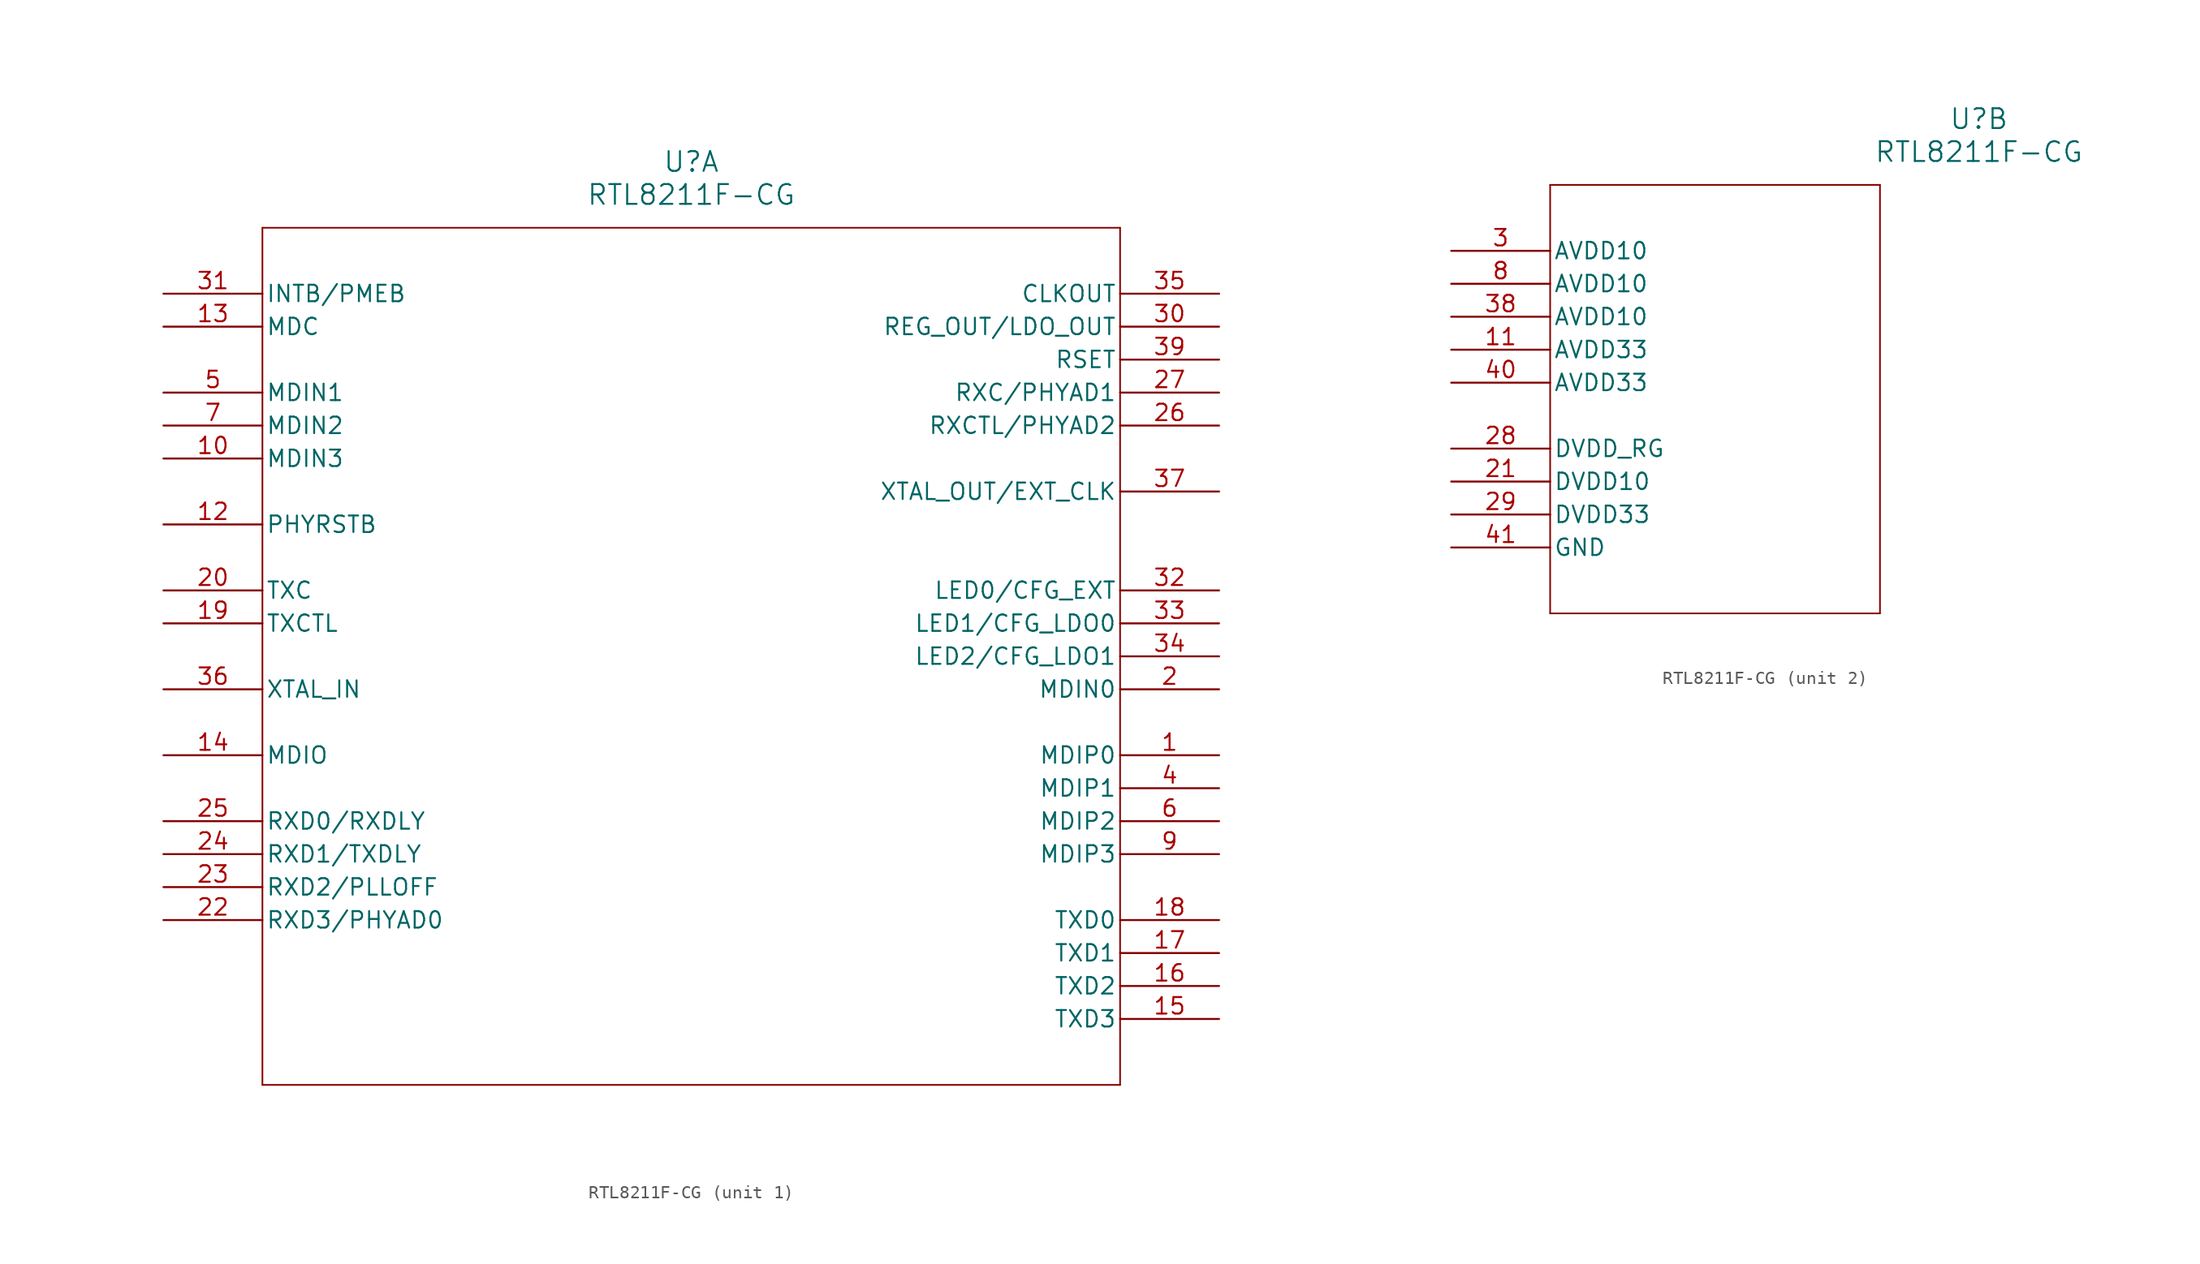
<source format=kicad_sym>
(kicad_symbol_lib
  (version 20211014)
  (generator kicad_symbol_editor)
  (symbol "RTL8211F-CG"
    (pin_names
      (offset 0.254))
    (property "Reference" "U"
      (at 40.64 10.16 0)
      (effects (font (size 1.524 1.524))))
    (property "Value" "RTL8211F-CG"
      (at 40.64 7.62 0)
      (effects (font (size 1.524 1.524))))
    (symbol "RTL8211F-CG_1_1"
      (polyline (pts (xy 7.62 5.08) (xy 7.62 -60.96)) (stroke (width 0.127) (type default) (color 0 0 0 0)) (fill (type none)))
      (polyline (pts (xy 7.62 -60.96) (xy 73.66 -60.96)) (stroke (width 0.127) (type default) (color 0 0 0 0)) (fill (type none)))
      (polyline (pts (xy 73.66 -60.96) (xy 73.66 5.08)) (stroke (width 0.127) (type default) (color 0 0 0 0)) (fill (type none)))
      (polyline (pts (xy 73.66 5.08) (xy 7.62 5.08)) (stroke (width 0.127) (type default) (color 0 0 0 0)) (fill (type none)))
      (pin bidirectional line (at 81.28 -35.56 180) (length 7.62) (name "MDIP0" (effects (font (size 1.27 1.27)))) (number "1" (effects (font (size 1.27 1.27)))))
      (pin bidirectional line (at 81.28 -30.48 180) (length 7.62) (name "MDIN0" (effects (font (size 1.27 1.27)))) (number "2" (effects (font (size 1.27 1.27)))))
      (pin bidirectional line (at 81.28 -38.1 180) (length 7.62) (name "MDIP1" (effects (font (size 1.27 1.27)))) (number "4" (effects (font (size 1.27 1.27)))))
      (pin bidirectional line (at 0 -7.62 0) (length 7.62) (name "MDIN1" (effects (font (size 1.27 1.27)))) (number "5" (effects (font (size 1.27 1.27)))))
      (pin bidirectional line (at 81.28 -40.64 180) (length 7.62) (name "MDIP2" (effects (font (size 1.27 1.27)))) (number "6" (effects (font (size 1.27 1.27)))))
      (pin bidirectional line (at 0 -10.16 0) (length 7.62) (name "MDIN2" (effects (font (size 1.27 1.27)))) (number "7" (effects (font (size 1.27 1.27)))))
      (pin bidirectional line (at 81.28 -43.18 180) (length 7.62) (name "MDIP3" (effects (font (size 1.27 1.27)))) (number "9" (effects (font (size 1.27 1.27)))))
      (pin bidirectional line (at 0 -12.7 0) (length 7.62) (name "MDIN3" (effects (font (size 1.27 1.27)))) (number "10" (effects (font (size 1.27 1.27)))))
      (pin input line (at 0 -17.78 0) (length 7.62) (name "PHYRSTB" (effects (font (size 1.27 1.27)))) (number "12" (effects (font (size 1.27 1.27)))))
      (pin input line (at 0 -2.54 0) (length 7.62) (name "MDC" (effects (font (size 1.27 1.27)))) (number "13" (effects (font (size 1.27 1.27)))))
      (pin bidirectional line (at 0 -35.56 0) (length 7.62) (name "MDIO" (effects (font (size 1.27 1.27)))) (number "14" (effects (font (size 1.27 1.27)))))
      (pin input line (at 81.28 -55.88 180) (length 7.62) (name "TXD3" (effects (font (size 1.27 1.27)))) (number "15" (effects (font (size 1.27 1.27)))))
      (pin input line (at 81.28 -53.34 180) (length 7.62) (name "TXD2" (effects (font (size 1.27 1.27)))) (number "16" (effects (font (size 1.27 1.27)))))
      (pin input line (at 81.28 -50.8 180) (length 7.62) (name "TXD1" (effects (font (size 1.27 1.27)))) (number "17" (effects (font (size 1.27 1.27)))))
      (pin input line (at 81.28 -48.26 180) (length 7.62) (name "TXD0" (effects (font (size 1.27 1.27)))) (number "18" (effects (font (size 1.27 1.27)))))
      (pin input line (at 0 -25.4 0) (length 7.62) (name "TXCTL" (effects (font (size 1.27 1.27)))) (number "19" (effects (font (size 1.27 1.27)))))
      (pin input line (at 0 -22.86 0) (length 7.62) (name "TXC" (effects (font (size 1.27 1.27)))) (number "20" (effects (font (size 1.27 1.27)))))
      (pin output line (at 0 -48.26 0) (length 7.62) (name "RXD3/PHYAD0" (effects (font (size 1.27 1.27)))) (number "22" (effects (font (size 1.27 1.27)))))
      (pin output line (at 0 -45.72 0) (length 7.62) (name "RXD2/PLLOFF" (effects (font (size 1.27 1.27)))) (number "23" (effects (font (size 1.27 1.27)))))
      (pin output line (at 0 -43.18 0) (length 7.62) (name "RXD1/TXDLY" (effects (font (size 1.27 1.27)))) (number "24" (effects (font (size 1.27 1.27)))))
      (pin output line (at 0 -40.64 0) (length 7.62) (name "RXD0/RXDLY" (effects (font (size 1.27 1.27)))) (number "25" (effects (font (size 1.27 1.27)))))
      (pin output line (at 81.28 -10.16 180) (length 7.62) (name "RXCTL/PHYAD2" (effects (font (size 1.27 1.27)))) (number "26" (effects (font (size 1.27 1.27)))))
      (pin output line (at 81.28 -7.62 180) (length 7.62) (name "RXC/PHYAD1" (effects (font (size 1.27 1.27)))) (number "27" (effects (font (size 1.27 1.27)))))
      (pin output line (at 81.28 -2.54 180) (length 7.62) (name "REG_OUT/LDO_OUT" (effects (font (size 1.27 1.27)))) (number "30" (effects (font (size 1.27 1.27)))))
      (pin output line (at 0 0 0) (length 7.62) (name "INTB/PMEB" (effects (font (size 1.27 1.27)))) (number "31" (effects (font (size 1.27 1.27)))))
      (pin output line (at 81.28 -22.86 180) (length 7.62) (name "LED0/CFG_EXT" (effects (font (size 1.27 1.27)))) (number "32" (effects (font (size 1.27 1.27)))))
      (pin output line (at 81.28 -25.4 180) (length 7.62) (name "LED1/CFG_LDO0" (effects (font (size 1.27 1.27)))) (number "33" (effects (font (size 1.27 1.27)))))
      (pin output line (at 81.28 -27.94 180) (length 7.62) (name "LED2/CFG_LDO1" (effects (font (size 1.27 1.27)))) (number "34" (effects (font (size 1.27 1.27)))))
      (pin output line (at 81.28 0 180) (length 7.62) (name "CLKOUT" (effects (font (size 1.27 1.27)))) (number "35" (effects (font (size 1.27 1.27)))))
      (pin input line (at 0 -30.48 0) (length 7.62) (name "XTAL_IN" (effects (font (size 1.27 1.27)))) (number "36" (effects (font (size 1.27 1.27)))))
      (pin output line (at 81.28 -15.24 180) (length 7.62) (name "XTAL_OUT/EXT_CLK" (effects (font (size 1.27 1.27)))) (number "37" (effects (font (size 1.27 1.27)))))
      (pin output line (at 81.28 -5.08 180) (length 7.62) (name "RSET" (effects (font (size 1.27 1.27)))) (number "39" (effects (font (size 1.27 1.27))))))
    (symbol "RTL8211F-CG_2_1"
      (polyline (pts (xy 7.62 5.08) (xy 7.62 -27.94)) (stroke (width 0.127) (type default) (color 0 0 0 0)) (fill (type none)))
      (polyline (pts (xy 7.62 -27.94) (xy 33.02 -27.94)) (stroke (width 0.127) (type default) (color 0 0 0 0)) (fill (type none)))
      (polyline (pts (xy 33.02 -27.94) (xy 33.02 5.08)) (stroke (width 0.127) (type default) (color 0 0 0 0)) (fill (type none)))
      (polyline (pts (xy 33.02 5.08) (xy 7.62 5.08)) (stroke (width 0.127) (type default) (color 0 0 0 0)) (fill (type none)))
      (pin power_in line (at 0 0 0) (length 7.62) (name "AVDD10" (effects (font (size 1.27 1.27)))) (number "3" (effects (font (size 1.27 1.27)))))
      (pin power_in line (at 0 -2.54 0) (length 7.62) (name "AVDD10" (effects (font (size 1.27 1.27)))) (number "8" (effects (font (size 1.27 1.27)))))
      (pin power_in line (at 0 -7.62 0) (length 7.62) (name "AVDD33" (effects (font (size 1.27 1.27)))) (number "11" (effects (font (size 1.27 1.27)))))
      (pin power_in line (at 0 -17.78 0) (length 7.62) (name "DVDD10" (effects (font (size 1.27 1.27)))) (number "21" (effects (font (size 1.27 1.27)))))
      (pin power_in line (at 0 -15.24 0) (length 7.62) (name "DVDD_RG" (effects (font (size 1.27 1.27)))) (number "28" (effects (font (size 1.27 1.27)))))
      (pin power_in line (at 0 -20.32 0) (length 7.62) (name "DVDD33" (effects (font (size 1.27 1.27)))) (number "29" (effects (font (size 1.27 1.27)))))
      (pin power_in line (at 0 -5.08 0) (length 7.62) (name "AVDD10" (effects (font (size 1.27 1.27)))) (number "38" (effects (font (size 1.27 1.27)))))
      (pin power_in line (at 0 -10.16 0) (length 7.62) (name "AVDD33" (effects (font (size 1.27 1.27)))) (number "40" (effects (font (size 1.27 1.27)))))
      (pin power_out line (at 0 -22.86 0) (length 7.62) (name "GND" (effects (font (size 1.27 1.27)))) (number "41" (effects (font (size 1.27 1.27))))))))
</source>
